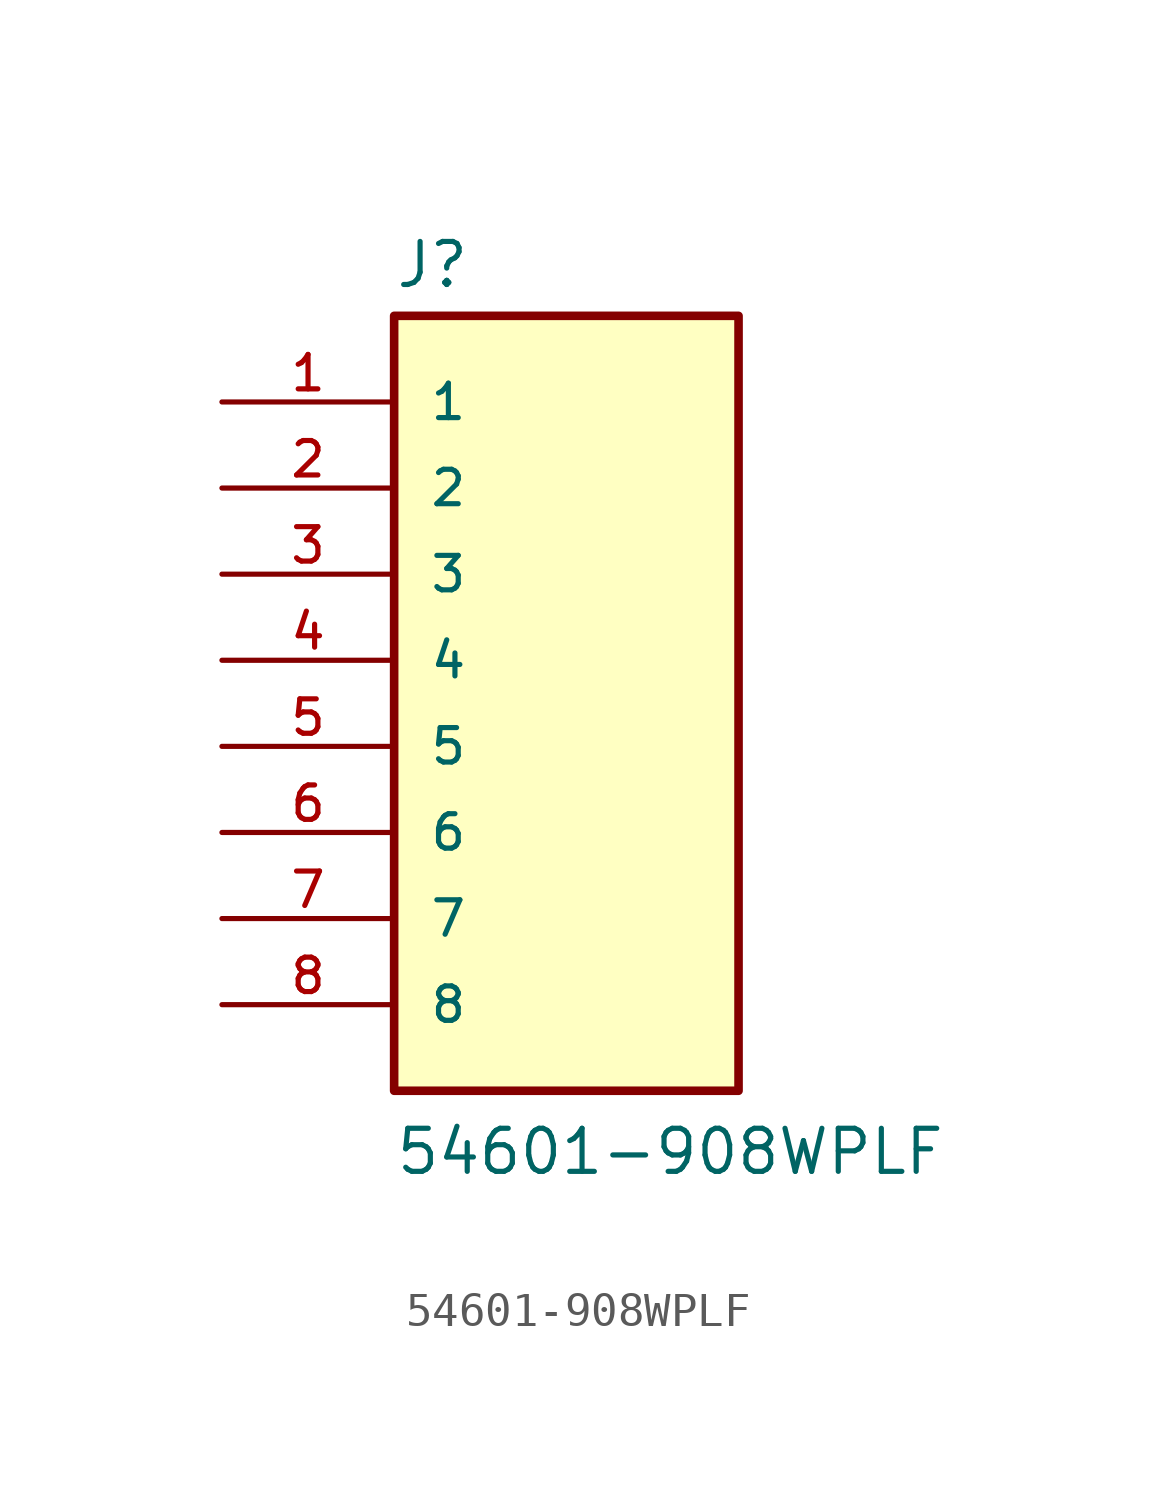
<source format=kicad_sym>
(kicad_symbol_lib
  (version 20231120)
  (generator "kicad_symbol_editor")
  (generator_version "8.0")
  (symbol "54601-908WPLF"
    (pin_names
      (offset 1.016))
    (property "Reference" "J"
      (at -5.08 10.922 0)
      (effects (font (size 1.27 1.27)) (justify left bottom)))
    (property "Value" "54601-908WPLF"
      (at -5.08 -15.24 0)
      (effects (font (size 1.27 1.27)) (justify left bottom)))
    (symbol "54601-908WPLF_0_0"
      (rectangle (start -5.08 -12.7) (end 5.08 10.16) (stroke (width 0.254) (type default)) (fill (type background)))
      (pin passive line (at -10.16 7.62 0) (length 5.08) (name "1" (effects (font (size 1.016 1.016)))) (number "1" (effects (font (size 1.016 1.016)))))
      (pin passive line (at -10.16 5.08 0) (length 5.08) (name "2" (effects (font (size 1.016 1.016)))) (number "2" (effects (font (size 1.016 1.016)))))
      (pin passive line (at -10.16 2.54 0) (length 5.08) (name "3" (effects (font (size 1.016 1.016)))) (number "3" (effects (font (size 1.016 1.016)))))
      (pin passive line (at -10.16 0 0) (length 5.08) (name "4" (effects (font (size 1.016 1.016)))) (number "4" (effects (font (size 1.016 1.016)))))
      (pin passive line (at -10.16 -2.54 0) (length 5.08) (name "5" (effects (font (size 1.016 1.016)))) (number "5" (effects (font (size 1.016 1.016)))))
      (pin passive line (at -10.16 -5.08 0) (length 5.08) (name "6" (effects (font (size 1.016 1.016)))) (number "6" (effects (font (size 1.016 1.016)))))
      (pin passive line (at -10.16 -7.62 0) (length 5.08) (name "7" (effects (font (size 1.016 1.016)))) (number "7" (effects (font (size 1.016 1.016)))))
      (pin passive line (at -10.16 -10.16 0) (length 5.08) (name "8" (effects (font (size 1.016 1.016)))) (number "8" (effects (font (size 1.016 1.016))))))))
</source>
